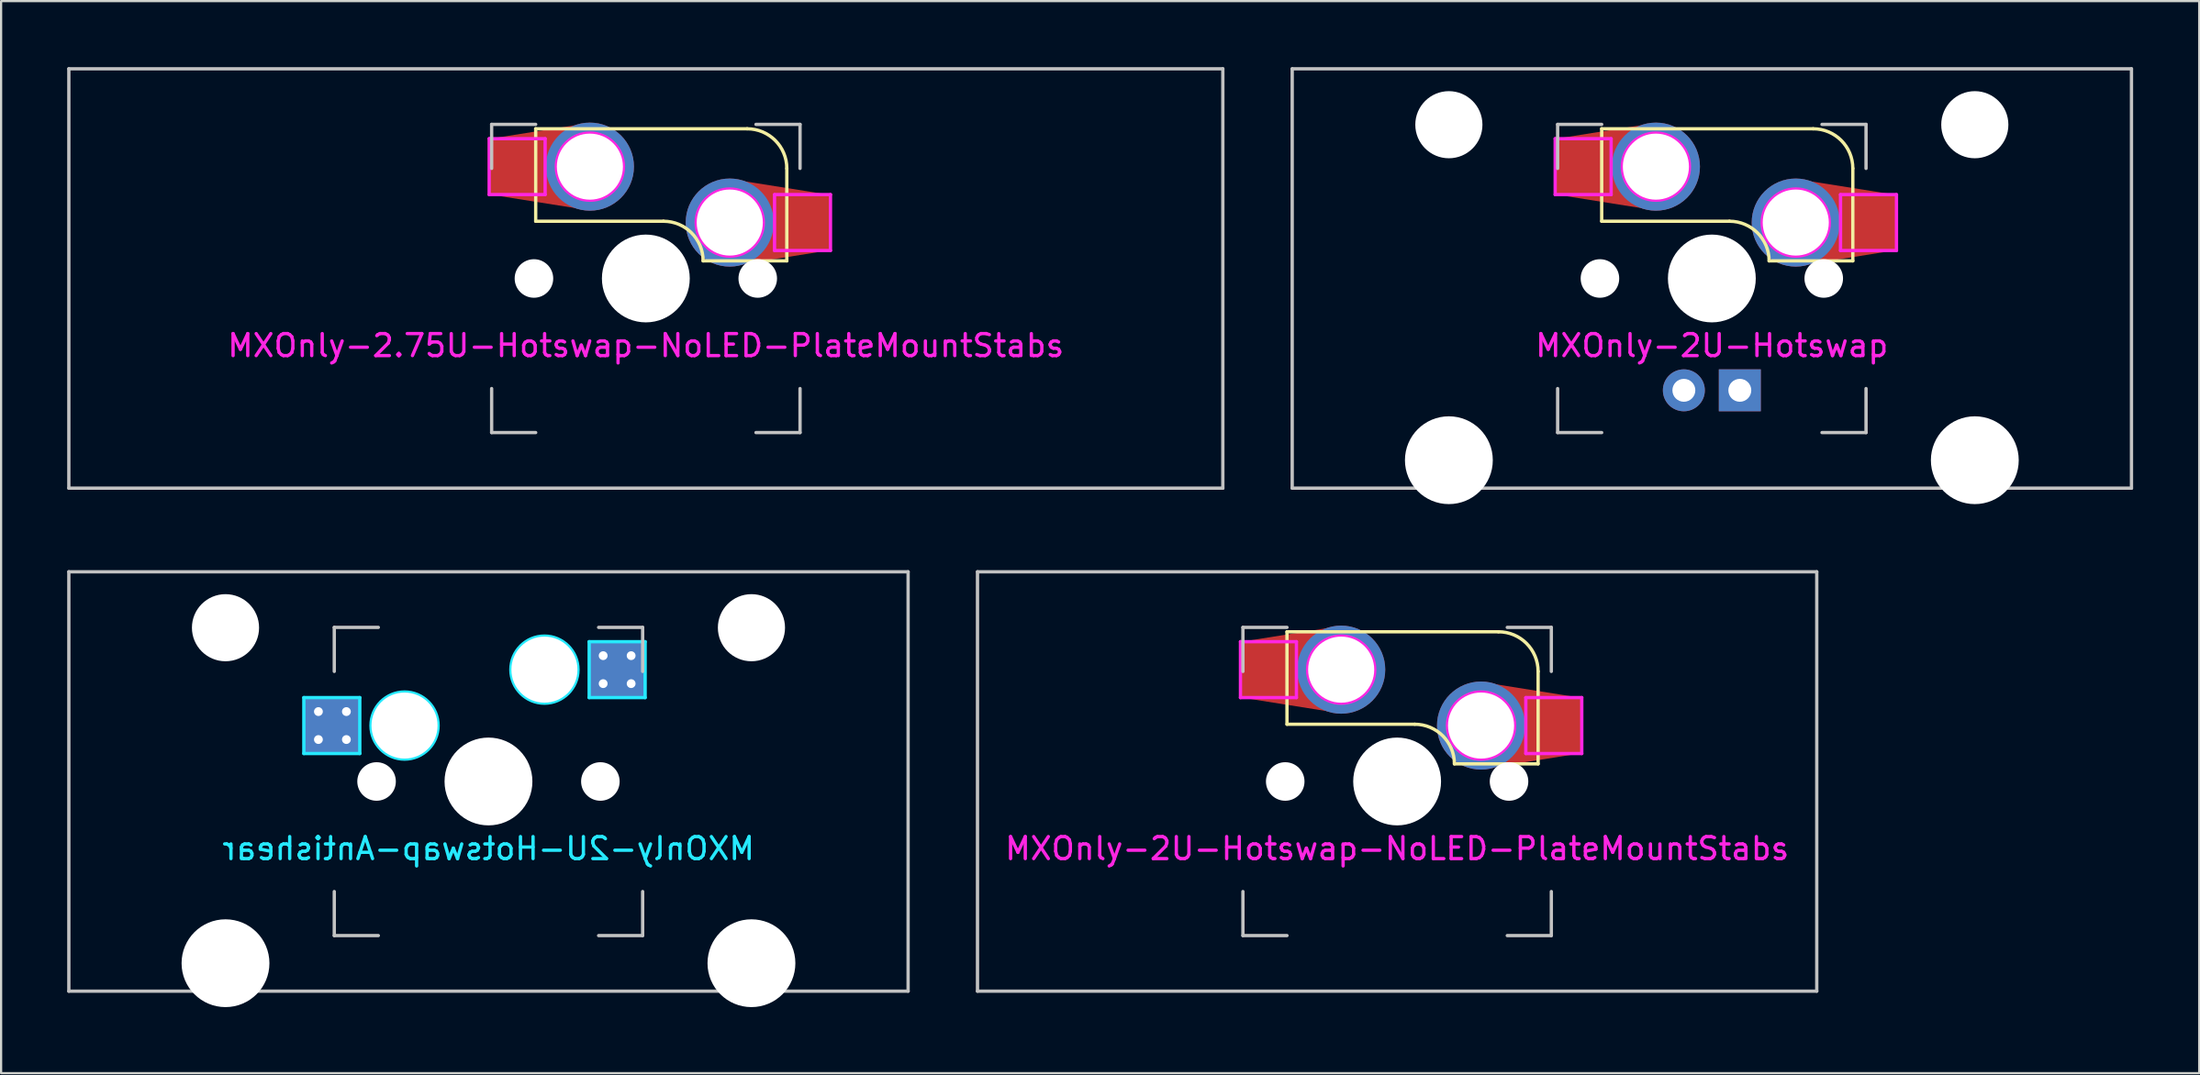
<source format=kicad_pcb>
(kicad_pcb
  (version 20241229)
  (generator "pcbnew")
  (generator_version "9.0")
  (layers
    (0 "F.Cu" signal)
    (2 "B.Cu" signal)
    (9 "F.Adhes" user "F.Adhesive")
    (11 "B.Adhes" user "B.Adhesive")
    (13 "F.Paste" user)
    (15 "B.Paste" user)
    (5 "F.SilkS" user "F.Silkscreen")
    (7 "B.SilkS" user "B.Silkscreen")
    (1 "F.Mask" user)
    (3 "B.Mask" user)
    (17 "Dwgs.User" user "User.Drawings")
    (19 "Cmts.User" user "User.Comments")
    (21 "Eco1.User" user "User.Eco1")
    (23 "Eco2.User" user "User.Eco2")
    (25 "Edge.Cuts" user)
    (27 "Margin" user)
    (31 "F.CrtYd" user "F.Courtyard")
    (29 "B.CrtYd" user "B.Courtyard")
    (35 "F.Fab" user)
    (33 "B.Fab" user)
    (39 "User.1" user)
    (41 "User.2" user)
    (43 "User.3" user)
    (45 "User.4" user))
  (footprint "MXOnly-2U-Hotswap-NoLED-PlateMountStabs"
    (layer "F.Cu")
    (at 60.375 32.449)
    (property "Reference" "MXOnly-2U-Hotswap-NoLED-PlateMountStabs" (at 0 3.048 180) (layer "F.CrtYd") (effects (font (size 1 1) (thickness 0.15))))
    (attr smd)
    (fp_line (start -5 -6.8) (end 4.6 -6.8) (stroke (width 0.15) (type solid)) (layer "F.SilkS"))
    (fp_line (start -5 -2.6) (end -5 -6.8) (stroke (width 0.15) (type solid)) (layer "F.SilkS"))
    (fp_line (start 0.8 -2.6) (end -5 -2.6) (stroke (width 0.15) (type solid)) (layer "F.SilkS"))
    (fp_line (start 6.4 -5) (end 6.4 -0.8) (stroke (width 0.15) (type solid)) (layer "F.SilkS"))
    (fp_line (start 6.4 -0.8) (end 2.6 -0.8) (stroke (width 0.15) (type solid)) (layer "F.SilkS"))
    (fp_arc (start 0.8 -2.6) (mid 2.072792 -2.072792) (end 2.6 -0.8) (stroke (width 0.15) (type solid)) (layer "F.SilkS"))
    (fp_arc (start 4.6 -6.8) (mid 5.872792 -6.272792) (end 6.4 -5) (stroke (width 0.15) (type solid)) (layer "F.SilkS"))
    (fp_poly (pts (xy -5.08 -3.493) (xy -7.112 -3.81) (xy -7.112 -6.35) (xy -5.08 -6.668)) (stroke (width 0.1) (type solid)) (fill yes) (layer "F.Paste"))
    (fp_poly (pts (xy 6.477 -4.064) (xy 8.509 -3.747) (xy 8.509 -1.206) (xy 6.477 -0.889)) (stroke (width 0.1) (type solid)) (fill yes) (layer "F.Paste"))
    (fp_line (start -19.05 -9.525) (end 19.05 -9.525) (stroke (width 0.15) (type solid)) (layer "Dwgs.User"))
    (fp_line (start -19.05 9.525) (end -19.05 -9.525) (stroke (width 0.15) (type solid)) (layer "Dwgs.User"))
    (fp_line (start -7 -7) (end -7 -5) (stroke (width 0.15) (type solid)) (layer "Dwgs.User"))
    (fp_line (start -7 7) (end -7 5) (stroke (width 0.15) (type solid)) (layer "Dwgs.User"))
    (fp_line (start -5 -7) (end -7 -7) (stroke (width 0.15) (type solid)) (layer "Dwgs.User"))
    (fp_line (start -5 7) (end -7 7) (stroke (width 0.15) (type solid)) (layer "Dwgs.User"))
    (fp_line (start 5 -7) (end 7 -7) (stroke (width 0.15) (type solid)) (layer "Dwgs.User"))
    (fp_line (start 7 -7) (end 7 -5) (stroke (width 0.15) (type solid)) (layer "Dwgs.User"))
    (fp_line (start 7 5) (end 7 7) (stroke (width 0.15) (type solid)) (layer "Dwgs.User"))
    (fp_line (start 7 7) (end 5 7) (stroke (width 0.15) (type solid)) (layer "Dwgs.User"))
    (fp_line (start 19.05 -9.525) (end 19.05 9.525) (stroke (width 0.15) (type solid)) (layer "Dwgs.User"))
    (fp_line (start 19.05 9.525) (end -19.05 9.525) (stroke (width 0.15) (type solid)) (layer "Dwgs.User"))
    (fp_line (start -7.112 -6.35) (end -7.112 -3.81) (stroke (width 0.15) (type solid)) (layer "F.CrtYd"))
    (fp_line (start -7.112 -3.81) (end -4.572 -3.81) (stroke (width 0.15) (type solid)) (layer "F.CrtYd"))
    (fp_line (start -4.572 -6.35) (end -7.112 -6.35) (stroke (width 0.15) (type solid)) (layer "F.CrtYd"))
    (fp_line (start -4.572 -3.81) (end -4.572 -6.35) (stroke (width 0.15) (type solid)) (layer "F.CrtYd"))
    (fp_line (start 5.842 -3.81) (end 5.842 -1.27) (stroke (width 0.15) (type solid)) (layer "F.CrtYd"))
    (fp_line (start 5.842 -1.27) (end 8.382 -1.27) (stroke (width 0.15) (type solid)) (layer "F.CrtYd"))
    (fp_line (start 8.382 -3.81) (end 5.842 -3.81) (stroke (width 0.15) (type solid)) (layer "F.CrtYd"))
    (fp_line (start 8.382 -1.27) (end 8.382 -3.81) (stroke (width 0.15) (type solid)) (layer "F.CrtYd"))
    (fp_circle (center -2.54 -5.08) (end -2.54 -6.604) (stroke (width 0.15) (type solid)) (fill no) (layer "F.CrtYd"))
    (fp_circle (center 3.81 -2.54) (end 3.81 -4.064) (stroke (width 0.15) (type solid)) (fill no) (layer "F.CrtYd"))
    (pad "" np_thru_hole circle (at -5.08 0 131.9) (size 1.75 1.75) (drill 1.75) (layers "*.Cu" "*.Mask"))
    (pad "" np_thru_hole circle (at 0 0 180) (size 3.988 3.988) (drill 3.988) (layers "*.Cu" "*.Mask"))
    (pad "" np_thru_hole circle (at 5.08 0 131.9) (size 1.75 1.75) (drill 1.75) (layers "*.Cu" "*.Mask"))
    (pad "1" thru_hole circle (at 3.81 -2.54 180) (size 4 4) (drill 3) (layers "*.Cu" "F.Mask"))
    (pad "1" smd custom (at 7.085 -2.54 180) (size 2.55 2.5) (layers "F.Cu" "F.Mask") (options (anchor rect)) (primitives (gr_poly (pts (xy -1.195 1.219) (xy 3.275 1.93) (xy 3.275 -1.93) (xy -1.195 -1.219)) (width 0.1) (fill yes))))
    (pad "2" smd custom (at -5.841 -5.08 180) (size 2.55 2.5) (layers "F.Cu" "F.Mask") (options (anchor rect)) (primitives (gr_poly (pts (xy 1.219 -1.219) (xy -3.251 -1.93) (xy -3.251 1.93) (xy 1.219 1.219)) (width 0.1) (fill yes))))
    (pad "2" thru_hole circle (at -2.54 -5.08 180) (size 4 4) (drill 3) (layers "*.Cu" "F.Mask")))
  (footprint "MXOnly-2U-Hotswap"
    (layer "F.Cu")
    (at 74.662 9.6)
    (property "Reference" "MXOnly-2U-Hotswap" (at 0 3.048 180) (layer "F.CrtYd") (effects (font (size 1 1) (thickness 0.15))))
    (attr smd)
    (fp_line (start -5 -6.8) (end 4.6 -6.8) (stroke (width 0.15) (type solid)) (layer "F.SilkS"))
    (fp_line (start -5 -2.6) (end -5 -6.8) (stroke (width 0.15) (type solid)) (layer "F.SilkS"))
    (fp_line (start 0.8 -2.6) (end -5 -2.6) (stroke (width 0.15) (type solid)) (layer "F.SilkS"))
    (fp_line (start 6.4 -5) (end 6.4 -0.8) (stroke (width 0.15) (type solid)) (layer "F.SilkS"))
    (fp_line (start 6.4 -0.8) (end 2.6 -0.8) (stroke (width 0.15) (type solid)) (layer "F.SilkS"))
    (fp_arc (start 0.8 -2.6) (mid 2.072792 -2.072792) (end 2.6 -0.8) (stroke (width 0.15) (type solid)) (layer "F.SilkS"))
    (fp_arc (start 4.6 -6.8) (mid 5.872792 -6.272792) (end 6.4 -5) (stroke (width 0.15) (type solid)) (layer "F.SilkS"))
    (fp_poly (pts (xy -5.08 -3.493) (xy -7.112 -3.81) (xy -7.112 -6.35) (xy -5.08 -6.668)) (stroke (width 0.1) (type solid)) (fill yes) (layer "F.Paste"))
    (fp_poly (pts (xy 6.477 -4.064) (xy 8.509 -3.747) (xy 8.509 -1.206) (xy 6.477 -0.889)) (stroke (width 0.1) (type solid)) (fill yes) (layer "F.Paste"))
    (fp_line (start -19.05 -9.525) (end 19.05 -9.525) (stroke (width 0.15) (type solid)) (layer "Dwgs.User"))
    (fp_line (start -19.05 9.525) (end -19.05 -9.525) (stroke (width 0.15) (type solid)) (layer "Dwgs.User"))
    (fp_line (start -7 -7) (end -7 -5) (stroke (width 0.15) (type solid)) (layer "Dwgs.User"))
    (fp_line (start -7 7) (end -7 5) (stroke (width 0.15) (type solid)) (layer "Dwgs.User"))
    (fp_line (start -5 -7) (end -7 -7) (stroke (width 0.15) (type solid)) (layer "Dwgs.User"))
    (fp_line (start -5 7) (end -7 7) (stroke (width 0.15) (type solid)) (layer "Dwgs.User"))
    (fp_line (start 5 -7) (end 7 -7) (stroke (width 0.15) (type solid)) (layer "Dwgs.User"))
    (fp_line (start 7 -7) (end 7 -5) (stroke (width 0.15) (type solid)) (layer "Dwgs.User"))
    (fp_line (start 7 5) (end 7 7) (stroke (width 0.15) (type solid)) (layer "Dwgs.User"))
    (fp_line (start 7 7) (end 5 7) (stroke (width 0.15) (type solid)) (layer "Dwgs.User"))
    (fp_line (start 19.05 -9.525) (end 19.05 9.525) (stroke (width 0.15) (type solid)) (layer "Dwgs.User"))
    (fp_line (start 19.05 9.525) (end -19.05 9.525) (stroke (width 0.15) (type solid)) (layer "Dwgs.User"))
    (fp_line (start -7.112 -6.35) (end -7.112 -3.81) (stroke (width 0.15) (type solid)) (layer "F.CrtYd"))
    (fp_line (start -7.112 -3.81) (end -4.572 -3.81) (stroke (width 0.15) (type solid)) (layer "F.CrtYd"))
    (fp_line (start -4.572 -6.35) (end -7.112 -6.35) (stroke (width 0.15) (type solid)) (layer "F.CrtYd"))
    (fp_line (start -4.572 -3.81) (end -4.572 -6.35) (stroke (width 0.15) (type solid)) (layer "F.CrtYd"))
    (fp_line (start 5.842 -3.81) (end 5.842 -1.27) (stroke (width 0.15) (type solid)) (layer "F.CrtYd"))
    (fp_line (start 5.842 -1.27) (end 8.382 -1.27) (stroke (width 0.15) (type solid)) (layer "F.CrtYd"))
    (fp_line (start 8.382 -3.81) (end 5.842 -3.81) (stroke (width 0.15) (type solid)) (layer "F.CrtYd"))
    (fp_line (start 8.382 -1.27) (end 8.382 -3.81) (stroke (width 0.15) (type solid)) (layer "F.CrtYd"))
    (fp_circle (center -2.54 -5.08) (end -2.54 -6.604) (stroke (width 0.15) (type solid)) (fill no) (layer "F.CrtYd"))
    (fp_circle (center 3.81 -2.54) (end 3.81 -4.064) (stroke (width 0.15) (type solid)) (fill no) (layer "F.CrtYd"))
    (pad "" np_thru_hole circle (at -11.938 -6.985) (size 3.048 3.048) (drill 3.048) (layers "*.Cu" "*.Mask"))
    (pad "" np_thru_hole circle (at -11.938 8.255) (size 3.988 3.988) (drill 3.988) (layers "*.Cu" "*.Mask"))
    (pad "" np_thru_hole circle (at -5.08 0 131.9) (size 1.75 1.75) (drill 1.75) (layers "*.Cu" "*.Mask"))
    (pad "" np_thru_hole circle (at 0 0 180) (size 3.988 3.988) (drill 3.988) (layers "*.Cu" "*.Mask"))
    (pad "" np_thru_hole circle (at 5.08 0 131.9) (size 1.75 1.75) (drill 1.75) (layers "*.Cu" "*.Mask"))
    (pad "" np_thru_hole circle (at 11.938 -6.985) (size 3.048 3.048) (drill 3.048) (layers "*.Cu" "*.Mask"))
    (pad "" np_thru_hole circle (at 11.938 8.255) (size 3.988 3.988) (drill 3.988) (layers "*.Cu" "*.Mask"))
    (pad "1" thru_hole circle (at 3.81 -2.54 180) (size 4 4) (drill 3) (layers "*.Cu" "F.Mask"))
    (pad "1" smd custom (at 7.085 -2.54 180) (size 2.55 2.5) (layers "F.Cu" "F.Mask") (options (anchor rect)) (primitives (gr_poly (pts (xy -1.195 1.219) (xy 3.275 1.93) (xy 3.275 -1.93) (xy -1.195 -1.219)) (width 0.1) (fill yes))))
    (pad "2" smd custom (at -5.841 -5.08 180) (size 2.55 2.5) (layers "F.Cu" "F.Mask") (options (anchor rect)) (primitives (gr_poly (pts (xy 1.219 -1.219) (xy -3.251 -1.93) (xy -3.251 1.93) (xy 1.219 1.219)) (width 0.1) (fill yes))))
    (pad "2" thru_hole circle (at -2.54 -5.08 180) (size 4 4) (drill 3) (layers "*.Cu" "F.Mask"))
    (pad "3" thru_hole circle (at -1.27 5.08) (size 1.905 1.905) (drill 1.04) (layers "*.Cu" "F.Mask"))
    (pad "4" thru_hole rect (at 1.27 5.08) (size 1.905 1.905) (drill 1.04) (layers "*.Cu" "F.Mask")))
  (footprint "MXOnly-2.75U-Hotswap-NoLED-PlateMountStabs"
    (layer "F.Cu")
    (at 26.269 9.6)
    (property "Reference" "MXOnly-2.75U-Hotswap-NoLED-PlateMountStabs" (at 0 3.048 180) (layer "F.CrtYd") (effects (font (size 1 1) (thickness 0.15))))
    (attr smd)
    (fp_line (start -5 -6.8) (end 4.6 -6.8) (stroke (width 0.15) (type solid)) (layer "F.SilkS"))
    (fp_line (start -5 -2.6) (end -5 -6.8) (stroke (width 0.15) (type solid)) (layer "F.SilkS"))
    (fp_line (start 0.8 -2.6) (end -5 -2.6) (stroke (width 0.15) (type solid)) (layer "F.SilkS"))
    (fp_line (start 6.4 -5) (end 6.4 -0.8) (stroke (width 0.15) (type solid)) (layer "F.SilkS"))
    (fp_line (start 6.4 -0.8) (end 2.6 -0.8) (stroke (width 0.15) (type solid)) (layer "F.SilkS"))
    (fp_arc (start 0.8 -2.6) (mid 2.072792 -2.072792) (end 2.6 -0.8) (stroke (width 0.15) (type solid)) (layer "F.SilkS"))
    (fp_arc (start 4.6 -6.8) (mid 5.872792 -6.272792) (end 6.4 -5) (stroke (width 0.15) (type solid)) (layer "F.SilkS"))
    (fp_poly (pts (xy -5.08 -3.493) (xy -7.112 -3.81) (xy -7.112 -6.35) (xy -5.08 -6.668)) (stroke (width 0.1) (type solid)) (fill yes) (layer "F.Paste"))
    (fp_poly (pts (xy 6.477 -4.064) (xy 8.509 -3.747) (xy 8.509 -1.206) (xy 6.477 -0.889)) (stroke (width 0.1) (type solid)) (fill yes) (layer "F.Paste"))
    (fp_line (start -26.194 -9.525) (end 26.194 -9.525) (stroke (width 0.15) (type solid)) (layer "Dwgs.User"))
    (fp_line (start -26.194 9.525) (end -26.194 -9.525) (stroke (width 0.15) (type solid)) (layer "Dwgs.User"))
    (fp_line (start -7 -7) (end -7 -5) (stroke (width 0.15) (type solid)) (layer "Dwgs.User"))
    (fp_line (start -7 7) (end -7 5) (stroke (width 0.15) (type solid)) (layer "Dwgs.User"))
    (fp_line (start -5 -7) (end -7 -7) (stroke (width 0.15) (type solid)) (layer "Dwgs.User"))
    (fp_line (start -5 7) (end -7 7) (stroke (width 0.15) (type solid)) (layer "Dwgs.User"))
    (fp_line (start 5 -7) (end 7 -7) (stroke (width 0.15) (type solid)) (layer "Dwgs.User"))
    (fp_line (start 7 -7) (end 7 -5) (stroke (width 0.15) (type solid)) (layer "Dwgs.User"))
    (fp_line (start 7 5) (end 7 7) (stroke (width 0.15) (type solid)) (layer "Dwgs.User"))
    (fp_line (start 7 7) (end 5 7) (stroke (width 0.15) (type solid)) (layer "Dwgs.User"))
    (fp_line (start 26.194 -9.525) (end 26.194 9.525) (stroke (width 0.15) (type solid)) (layer "Dwgs.User"))
    (fp_line (start 26.194 9.525) (end -26.194 9.525) (stroke (width 0.15) (type solid)) (layer "Dwgs.User"))
    (fp_line (start -7.112 -6.35) (end -7.112 -3.81) (stroke (width 0.15) (type solid)) (layer "F.CrtYd"))
    (fp_line (start -7.112 -3.81) (end -4.572 -3.81) (stroke (width 0.15) (type solid)) (layer "F.CrtYd"))
    (fp_line (start -4.572 -6.35) (end -7.112 -6.35) (stroke (width 0.15) (type solid)) (layer "F.CrtYd"))
    (fp_line (start -4.572 -3.81) (end -4.572 -6.35) (stroke (width 0.15) (type solid)) (layer "F.CrtYd"))
    (fp_line (start 5.842 -3.81) (end 5.842 -1.27) (stroke (width 0.15) (type solid)) (layer "F.CrtYd"))
    (fp_line (start 5.842 -1.27) (end 8.382 -1.27) (stroke (width 0.15) (type solid)) (layer "F.CrtYd"))
    (fp_line (start 8.382 -3.81) (end 5.842 -3.81) (stroke (width 0.15) (type solid)) (layer "F.CrtYd"))
    (fp_line (start 8.382 -1.27) (end 8.382 -3.81) (stroke (width 0.15) (type solid)) (layer "F.CrtYd"))
    (fp_circle (center -2.54 -5.08) (end -2.54 -6.604) (stroke (width 0.15) (type solid)) (fill no) (layer "F.CrtYd"))
    (fp_circle (center 3.81 -2.54) (end 3.81 -4.064) (stroke (width 0.15) (type solid)) (fill no) (layer "F.CrtYd"))
    (pad "" np_thru_hole circle (at -5.08 0 131.9) (size 1.75 1.75) (drill 1.75) (layers "*.Cu" "*.Mask"))
    (pad "" np_thru_hole circle (at 0 0 180) (size 3.988 3.988) (drill 3.988) (layers "*.Cu" "*.Mask"))
    (pad "" np_thru_hole circle (at 5.08 0 131.9) (size 1.75 1.75) (drill 1.75) (layers "*.Cu" "*.Mask"))
    (pad "1" thru_hole circle (at 3.81 -2.54 180) (size 4 4) (drill 3) (layers "*.Cu" "F.Mask"))
    (pad "1" smd custom (at 7.085 -2.54 180) (size 2.55 2.5) (layers "F.Cu" "F.Mask") (options (anchor rect)) (primitives (gr_poly (pts (xy -1.195 1.219) (xy 3.275 1.93) (xy 3.275 -1.93) (xy -1.195 -1.219)) (width 0.1) (fill yes))))
    (pad "2" smd custom (at -5.841 -5.08 180) (size 2.55 2.5) (layers "F.Cu" "F.Mask") (options (anchor rect)) (primitives (gr_poly (pts (xy 1.219 -1.219) (xy -3.251 -1.93) (xy -3.251 1.93) (xy 1.219 1.219)) (width 0.1) (fill yes))))
    (pad "2" thru_hole circle (at -2.54 -5.08 180) (size 4 4) (drill 3) (layers "*.Cu" "F.Mask")))
  (footprint "MXOnly-2U-Hotswap-Antishear"
    (layer "F.Cu")
    (at 19.125 32.449)
    (property "Reference" "MXOnly-2U-Hotswap-Antishear" (at 0 3.048 0) (layer "B.CrtYd") (effects (font (size 1 1) (thickness 0.15)) (justify mirror)))
    (attr smd)
    (fp_line (start -19.05 -9.525) (end 19.05 -9.525) (stroke (width 0.15) (type solid)) (layer "Dwgs.User"))
    (fp_line (start -19.05 9.525) (end -19.05 -9.525) (stroke (width 0.15) (type solid)) (layer "Dwgs.User"))
    (fp_line (start -7 -7) (end -7 -5) (stroke (width 0.15) (type solid)) (layer "Dwgs.User"))
    (fp_line (start -7 5) (end -7 7) (stroke (width 0.15) (type solid)) (layer "Dwgs.User"))
    (fp_line (start -7 7) (end -5 7) (stroke (width 0.15) (type solid)) (layer "Dwgs.User"))
    (fp_line (start -5 -7) (end -7 -7) (stroke (width 0.15) (type solid)) (layer "Dwgs.User"))
    (fp_line (start 5 -7) (end 7 -7) (stroke (width 0.15) (type solid)) (layer "Dwgs.User"))
    (fp_line (start 5 7) (end 7 7) (stroke (width 0.15) (type solid)) (layer "Dwgs.User"))
    (fp_line (start 7 -7) (end 7 -5) (stroke (width 0.15) (type solid)) (layer "Dwgs.User"))
    (fp_line (start 7 7) (end 7 5) (stroke (width 0.15) (type solid)) (layer "Dwgs.User"))
    (fp_line (start 19.05 -9.525) (end 19.05 9.525) (stroke (width 0.15) (type solid)) (layer "Dwgs.User"))
    (fp_line (start 19.05 9.525) (end -19.05 9.525) (stroke (width 0.15) (type solid)) (layer "Dwgs.User"))
    (fp_line (start -8.382 -3.81) (end -5.842 -3.81) (stroke (width 0.15) (type solid)) (layer "B.CrtYd"))
    (fp_line (start -8.382 -1.27) (end -8.382 -3.81) (stroke (width 0.15) (type solid)) (layer "B.CrtYd"))
    (fp_line (start -5.842 -3.81) (end -5.842 -1.27) (stroke (width 0.15) (type solid)) (layer "B.CrtYd"))
    (fp_line (start -5.842 -1.27) (end -8.382 -1.27) (stroke (width 0.15) (type solid)) (layer "B.CrtYd"))
    (fp_line (start 4.572 -6.35) (end 7.112 -6.35) (stroke (width 0.15) (type solid)) (layer "B.CrtYd"))
    (fp_line (start 4.572 -3.81) (end 4.572 -6.35) (stroke (width 0.15) (type solid)) (layer "B.CrtYd"))
    (fp_line (start 7.112 -6.35) (end 7.112 -3.81) (stroke (width 0.15) (type solid)) (layer "B.CrtYd"))
    (fp_line (start 7.112 -3.81) (end 4.572 -3.81) (stroke (width 0.15) (type solid)) (layer "B.CrtYd"))
    (fp_circle (center -3.81 -2.54) (end -3.81 -4.064) (stroke (width 0.15) (type solid)) (fill no) (layer "B.CrtYd"))
    (fp_circle (center 2.54 -5.08) (end 2.54 -6.604) (stroke (width 0.15) (type solid)) (fill no) (layer "B.CrtYd"))
    (pad "" np_thru_hole circle (at -11.938 -6.985) (size 3.048 3.048) (drill 3.048) (layers "*.Cu" "*.Mask"))
    (pad "" np_thru_hole circle (at -11.938 8.255) (size 3.988 3.988) (drill 3.988) (layers "*.Cu" "*.Mask"))
    (pad "" np_thru_hole circle (at -5.08 0 48.1) (size 1.75 1.75) (drill 1.75) (layers "*.Cu" "*.Mask"))
    (pad "" np_thru_hole circle (at -3.81 -2.54) (size 3 3) (drill 3) (layers "*.Cu" "*.Mask"))
    (pad "" np_thru_hole circle (at 0 0) (size 3.988 3.988) (drill 3.988) (layers "*.Cu" "*.Mask"))
    (pad "" np_thru_hole circle (at 2.54 -5.08) (size 3 3) (drill 3) (layers "*.Cu" "*.Mask"))
    (pad "" np_thru_hole circle (at 5.08 0 48.1) (size 1.75 1.75) (drill 1.75) (layers "*.Cu" "*.Mask"))
    (pad "" np_thru_hole circle (at 11.938 -6.985) (size 3.048 3.048) (drill 3.048) (layers "*.Cu" "*.Mask"))
    (pad "" np_thru_hole circle (at 11.938 8.255) (size 3.988 3.988) (drill 3.988) (layers "*.Cu" "*.Mask"))
    (pad "1" thru_hole circle (at -7.72 -3.175) (size 0.8 0.8) (drill 0.4) (layers "*.Cu" "B.Mask"))
    (pad "1" thru_hole circle (at -7.72 -1.905) (size 0.8 0.8) (drill 0.4) (layers "*.Cu" "B.Mask"))
    (pad "1" smd rect (at -7.085 -2.54) (size 2.55 2.5) (layers "B.Cu" "B.Mask" "B.Paste"))
    (pad "1" thru_hole circle (at -6.45 -3.175) (size 0.8 0.8) (drill 0.4) (layers "*.Cu" "B.Mask"))
    (pad "1" thru_hole circle (at -6.45 -1.905) (size 0.8 0.8) (drill 0.4) (layers "*.Cu" "B.Mask"))
    (pad "2" thru_hole circle (at 5.207 -5.715) (size 0.8 0.8) (drill 0.4) (layers "*.Cu" "B.Mask"))
    (pad "2" thru_hole circle (at 5.207 -4.445) (size 0.8 0.8) (drill 0.4) (layers "*.Cu" "B.Mask"))
    (pad "2" smd rect (at 5.842 -5.08) (size 2.55 2.5) (layers "B.Cu" "B.Mask" "B.Paste"))
    (pad "2" thru_hole circle (at 6.477 -5.715) (size 0.8 0.8) (drill 0.4) (layers "*.Cu" "B.Mask"))
    (pad "2" thru_hole circle (at 6.477 -4.445) (size 0.8 0.8) (drill 0.4) (layers "*.Cu" "B.Mask")))
  (gr_rect
    (start -3 -3)
    (end 96.787 45.698)
    (stroke (width 0.1) (type default))
    (fill no)
    (layer "Edge.Cuts")))
</source>
